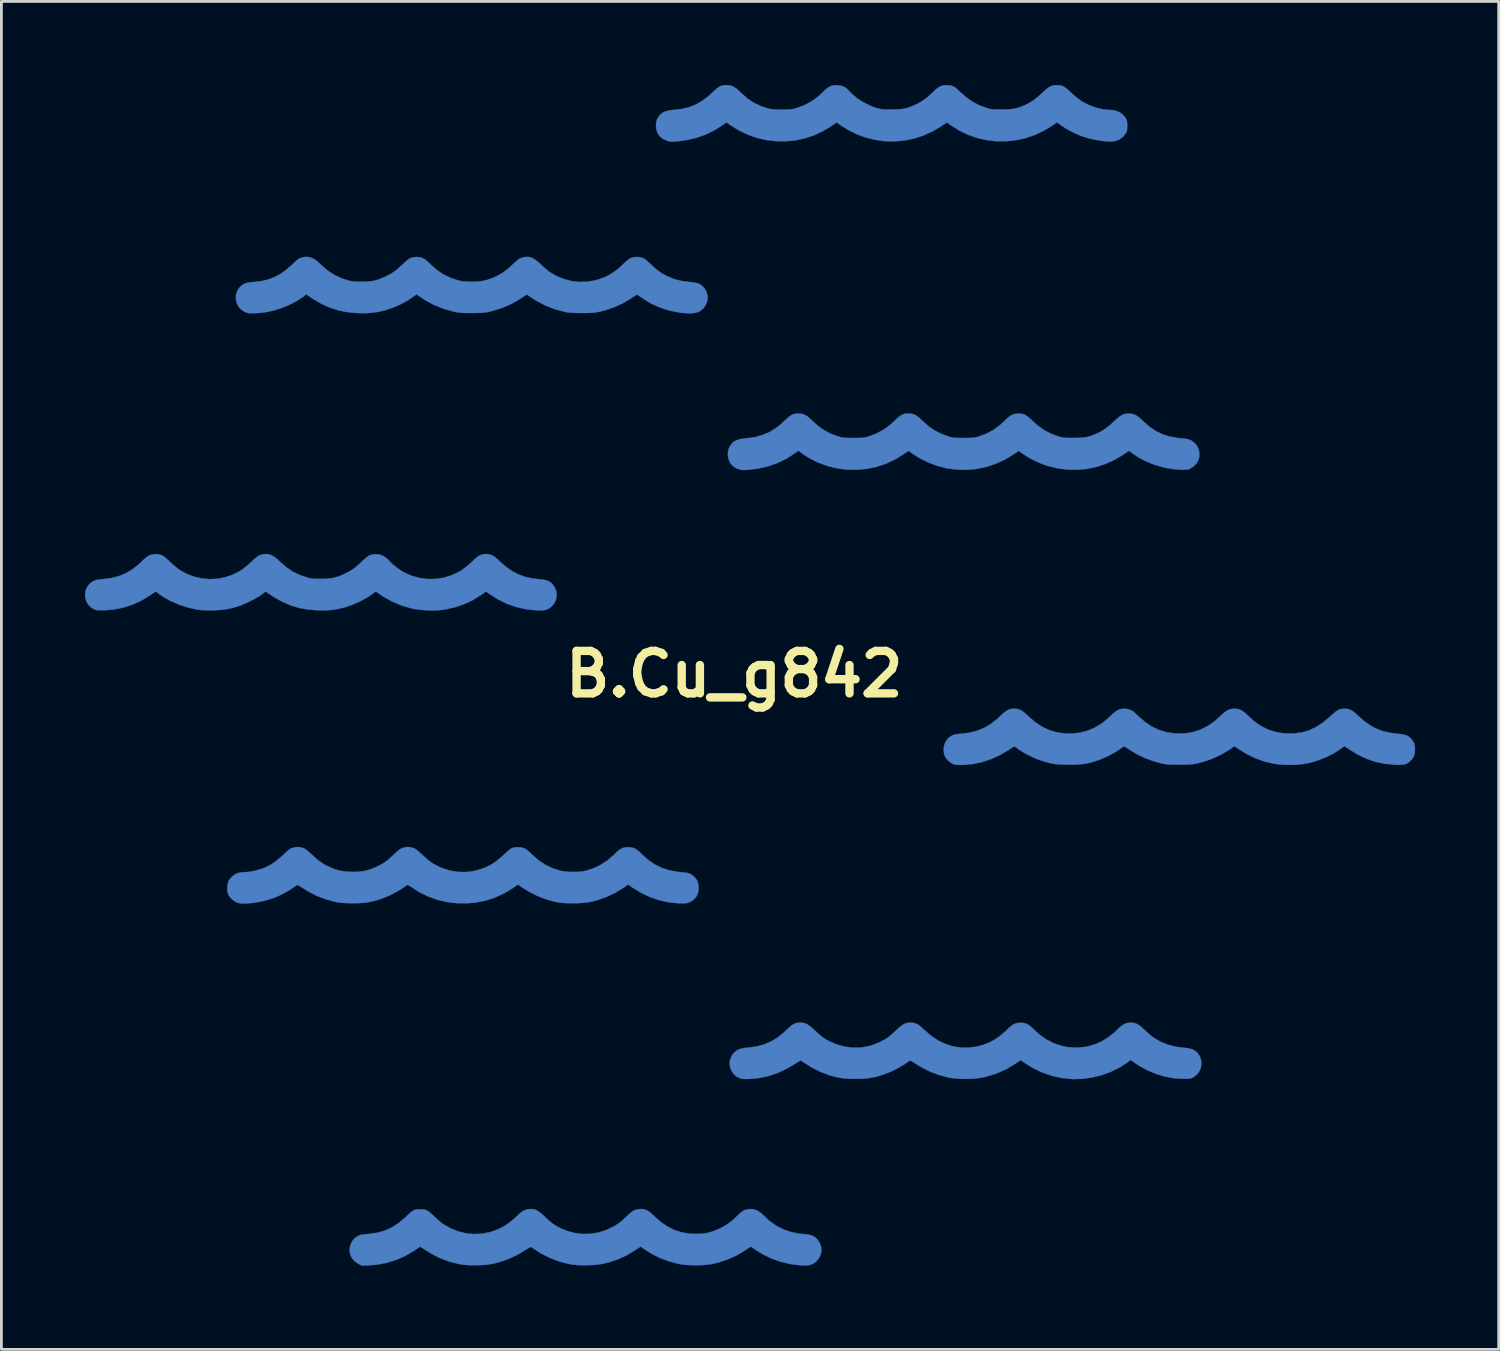
<source format=kicad_pcb>
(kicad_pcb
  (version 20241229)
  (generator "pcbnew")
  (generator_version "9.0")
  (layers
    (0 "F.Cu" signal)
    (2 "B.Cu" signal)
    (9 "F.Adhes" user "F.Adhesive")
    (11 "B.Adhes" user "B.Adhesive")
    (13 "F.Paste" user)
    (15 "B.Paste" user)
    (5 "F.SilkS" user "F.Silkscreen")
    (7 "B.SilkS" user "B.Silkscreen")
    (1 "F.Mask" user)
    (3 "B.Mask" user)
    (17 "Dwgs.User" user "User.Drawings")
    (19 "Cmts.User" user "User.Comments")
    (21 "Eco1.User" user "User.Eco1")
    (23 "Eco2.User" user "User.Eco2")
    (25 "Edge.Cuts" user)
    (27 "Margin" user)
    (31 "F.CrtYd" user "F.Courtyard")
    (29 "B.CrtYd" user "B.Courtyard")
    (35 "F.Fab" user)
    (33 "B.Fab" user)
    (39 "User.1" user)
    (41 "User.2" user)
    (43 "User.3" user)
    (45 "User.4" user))
  (footprint "B.Cu_g842"
    (layer "F.Cu")
    (at 23.309 21.151)
    (property "Reference" "B.Cu_g842" (at 0 0 0) (layer "F.SilkS") (effects (font (size 1.524 1.524) (thickness 0.3))))
    (attr through_hole)
    (fp_poly (pts (xy 0.692 19.208) (xy 0.833 19.258) (xy 0.968 19.349) (xy 1.055 19.433) (xy 1.268 19.633) (xy 1.506 19.8) (xy 1.765 19.932) (xy 2.044 20.027) (xy 2.337 20.085) (xy 2.48 20.099) (xy 2.635 20.115) (xy 2.757 20.142) (xy 2.855 20.184) (xy 2.937 20.244) (xy 2.985 20.294) (xy 3.071 20.421) (xy 3.119 20.558) (xy 3.129 20.701) (xy 3.102 20.841) (xy 3.039 20.971) (xy 2.966 21.06) (xy 2.884 21.132) (xy 2.8 21.182) (xy 2.704 21.212) (xy 2.588 21.226) (xy 2.442 21.225) (xy 2.401 21.224) (xy 2.044 21.184) (xy 1.694 21.104) (xy 1.355 20.987) (xy 1.034 20.833) (xy 0.785 20.68) (xy 0.594 20.549) (xy 0.399 20.68) (xy 0.088 20.865) (xy -0.236 21.012) (xy -0.581 21.125) (xy -0.769 21.171) (xy -0.927 21.196) (xy -1.114 21.213) (xy -1.317 21.22) (xy -1.524 21.219) (xy -1.723 21.209) (xy -1.901 21.189) (xy -2.002 21.171) (xy -2.34 21.082) (xy -2.653 20.966) (xy -2.949 20.818) (xy -3.158 20.689) (xy -3.365 20.551) (xy -3.573 20.689) (xy -3.871 20.866) (xy -4.179 21.008) (xy -4.505 21.117) (xy -4.72 21.169) (xy -4.87 21.194) (xy -5.048 21.21) (xy -5.243 21.219) (xy -5.442 21.22) (xy -5.633 21.213) (xy -5.804 21.198) (xy -5.915 21.18) (xy -6.278 21.087) (xy -6.626 20.954) (xy -6.962 20.782) (xy -7.286 20.569) (xy -7.29 20.566) (xy -7.321 20.569) (xy -7.381 20.598) (xy -7.469 20.653) (xy -7.491 20.668) (xy -7.803 20.856) (xy -8.135 21.007) (xy -8.488 21.124) (xy -8.678 21.17) (xy -8.828 21.194) (xy -9.007 21.211) (xy -9.202 21.22) (xy -9.402 21.22) (xy -9.593 21.213) (xy -9.765 21.198) (xy -9.873 21.18) (xy -10.237 21.087) (xy -10.584 20.955) (xy -10.912 20.785) (xy -11.062 20.69) (xy -11.143 20.637) (xy -11.209 20.593) (xy -11.254 20.563) (xy -11.271 20.553) (xy -11.289 20.564) (xy -11.335 20.594) (xy -11.402 20.638) (xy -11.48 20.69) (xy -11.797 20.878) (xy -12.129 21.025) (xy -12.473 21.133) (xy -12.829 21.199) (xy -13.092 21.222) (xy -13.367 21.235) (xy -13.504 21.163) (xy -13.632 21.075) (xy -13.726 20.965) (xy -13.786 20.837) (xy -13.811 20.698) (xy -13.799 20.554) (xy -13.747 20.411) (xy -13.715 20.354) (xy -13.639 20.262) (xy -13.541 20.187) (xy -13.435 20.136) (xy -13.369 20.121) (xy -13.311 20.115) (xy -13.225 20.106) (xy -13.123 20.095) (xy -13.052 20.087) (xy -12.78 20.044) (xy -12.529 19.969) (xy -12.293 19.861) (xy -12.066 19.716) (xy -11.844 19.533) (xy -11.779 19.472) (xy -11.678 19.376) (xy -11.596 19.306) (xy -11.528 19.259) (xy -11.463 19.23) (xy -11.395 19.215) (xy -11.314 19.21) (xy -11.271 19.209) (xy -11.186 19.211) (xy -11.116 19.221) (xy -11.053 19.241) (xy -10.989 19.276) (xy -10.918 19.331) (xy -10.83 19.409) (xy -10.754 19.481) (xy -10.666 19.563) (xy -10.576 19.641) (xy -10.496 19.707) (xy -10.435 19.751) (xy -10.177 19.897) (xy -9.908 20.004) (xy -9.63 20.072) (xy -9.347 20.1) (xy -9.064 20.087) (xy -8.784 20.034) (xy -8.678 20.002) (xy -8.463 19.921) (xy -8.27 19.823) (xy -8.086 19.701) (xy -7.903 19.549) (xy -7.825 19.476) (xy -7.721 19.378) (xy -7.637 19.308) (xy -7.565 19.26) (xy -7.498 19.229) (xy -7.427 19.211) (xy -7.365 19.204) (xy -7.266 19.201) (xy -7.178 19.214) (xy -7.092 19.246) (xy -7.003 19.302) (xy -6.901 19.385) (xy -6.807 19.472) (xy -6.689 19.583) (xy -6.589 19.669) (xy -6.499 19.739) (xy -6.408 19.798) (xy -6.306 19.854) (xy -6.255 19.881) (xy -5.984 19.994) (xy -5.705 20.066) (xy -5.423 20.098) (xy -5.14 20.09) (xy -4.86 20.041) (xy -4.585 19.952) (xy -4.319 19.823) (xy -4.194 19.746) (xy -4.123 19.694) (xy -4.036 19.622) (xy -3.943 19.54) (xy -3.874 19.474) (xy -3.767 19.372) (xy -3.678 19.3) (xy -3.598 19.251) (xy -3.519 19.221) (xy -3.433 19.205) (xy -3.405 19.202) (xy -3.298 19.201) (xy -3.204 19.218) (xy -3.115 19.257) (xy -3.021 19.322) (xy -2.914 19.416) (xy -2.876 19.453) (xy -2.646 19.658) (xy -2.409 19.823) (xy -2.163 19.947) (xy -1.904 20.033) (xy -1.63 20.082) (xy -1.386 20.095) (xy -1.162 20.086) (xy -0.96 20.056) (xy -0.766 20.002) (xy -0.563 19.92) (xy -0.532 19.906) (xy -0.372 19.824) (xy -0.228 19.733) (xy -0.089 19.627) (xy 0.057 19.495) (xy 0.107 19.447) (xy 0.201 19.357) (xy 0.277 19.295) (xy 0.341 19.255) (xy 0.391 19.233) (xy 0.545 19.2) (xy 0.692 19.208)) (stroke (width 0.01) (type solid)) (fill yes) (layer "B.Cu"))
    (fp_poly (pts (xy 6.425 12.516) (xy 6.511 12.538) (xy 6.595 12.579) (xy 6.686 12.645) (xy 6.79 12.739) (xy 6.821 12.769) (xy 7.058 12.976) (xy 7.308 13.143) (xy 7.569 13.271) (xy 7.838 13.358) (xy 8.116 13.404) (xy 8.399 13.409) (xy 8.686 13.373) (xy 8.932 13.31) (xy 9.135 13.233) (xy 9.323 13.135) (xy 9.507 13.01) (xy 9.694 12.854) (xy 9.759 12.793) (xy 9.864 12.695) (xy 9.949 12.624) (xy 10.02 12.574) (xy 10.087 12.543) (xy 10.157 12.525) (xy 10.238 12.515) (xy 10.247 12.514) (xy 10.374 12.518) (xy 10.489 12.55) (xy 10.601 12.614) (xy 10.716 12.714) (xy 10.742 12.741) (xy 10.967 12.947) (xy 11.213 13.118) (xy 11.477 13.251) (xy 11.754 13.346) (xy 11.761 13.348) (xy 11.97 13.388) (xy 12.197 13.406) (xy 12.424 13.402) (xy 12.637 13.375) (xy 12.706 13.36) (xy 12.959 13.284) (xy 13.188 13.183) (xy 13.403 13.053) (xy 13.612 12.889) (xy 13.724 12.785) (xy 13.838 12.679) (xy 13.935 12.603) (xy 14.021 12.553) (xy 14.105 12.524) (xy 14.194 12.511) (xy 14.235 12.51) (xy 14.329 12.517) (xy 14.416 12.539) (xy 14.501 12.581) (xy 14.593 12.648) (xy 14.701 12.743) (xy 14.741 12.781) (xy 14.83 12.864) (xy 14.924 12.945) (xy 15.01 13.015) (xy 15.068 13.058) (xy 15.311 13.198) (xy 15.576 13.304) (xy 15.859 13.376) (xy 16.133 13.41) (xy 16.305 13.43) (xy 16.443 13.468) (xy 16.552 13.525) (xy 16.629 13.595) (xy 16.714 13.726) (xy 16.761 13.865) (xy 16.771 14.008) (xy 16.745 14.147) (xy 16.684 14.277) (xy 16.591 14.39) (xy 16.465 14.481) (xy 16.458 14.485) (xy 16.418 14.504) (xy 16.376 14.517) (xy 16.323 14.525) (xy 16.25 14.528) (xy 16.147 14.529) (xy 16.097 14.528) (xy 15.782 14.506) (xy 15.461 14.446) (xy 15.143 14.351) (xy 14.835 14.224) (xy 14.547 14.068) (xy 14.386 13.961) (xy 14.234 13.852) (xy 14.11 13.943) (xy 13.83 14.123) (xy 13.526 14.274) (xy 13.202 14.392) (xy 12.866 14.477) (xy 12.525 14.526) (xy 12.184 14.538) (xy 12.118 14.535) (xy 11.752 14.497) (xy 11.396 14.418) (xy 11.052 14.299) (xy 10.722 14.141) (xy 10.482 13.994) (xy 10.404 13.942) (xy 10.339 13.9) (xy 10.295 13.872) (xy 10.281 13.864) (xy 10.261 13.875) (xy 10.214 13.905) (xy 10.146 13.95) (xy 10.067 14.002) (xy 9.752 14.187) (xy 9.417 14.336) (xy 9.064 14.446) (xy 8.858 14.491) (xy 8.693 14.514) (xy 8.501 14.528) (xy 8.296 14.532) (xy 8.091 14.527) (xy 7.898 14.513) (xy 7.73 14.489) (xy 7.691 14.482) (xy 7.334 14.386) (xy 7 14.257) (xy 6.681 14.091) (xy 6.521 13.99) (xy 6.417 13.923) (xy 6.344 13.885) (xy 6.304 13.874) (xy 6.298 13.877) (xy 6.09 14.02) (xy 5.854 14.156) (xy 5.608 14.276) (xy 5.365 14.372) (xy 5.307 14.391) (xy 5.124 14.445) (xy 4.953 14.484) (xy 4.783 14.509) (xy 4.6 14.524) (xy 4.39 14.529) (xy 4.35 14.529) (xy 4.134 14.525) (xy 3.947 14.513) (xy 3.776 14.489) (xy 3.606 14.453) (xy 3.426 14.402) (xy 3.393 14.391) (xy 3.089 14.276) (xy 2.784 14.122) (xy 2.482 13.933) (xy 2.403 13.877) (xy 2.373 13.878) (xy 2.315 13.905) (xy 2.226 13.959) (xy 2.179 13.99) (xy 1.862 14.178) (xy 1.532 14.327) (xy 1.193 14.437) (xy 0.846 14.506) (xy 0.551 14.532) (xy 0.424 14.535) (xy 0.328 14.532) (xy 0.254 14.522) (xy 0.204 14.508) (xy 0.084 14.449) (xy -0.019 14.356) (xy -0.099 14.24) (xy -0.151 14.106) (xy -0.169 13.967) (xy -0.152 13.847) (xy -0.103 13.724) (xy -0.032 13.615) (xy 0.007 13.573) (xy 0.075 13.519) (xy 0.148 13.477) (xy 0.236 13.447) (xy 0.346 13.424) (xy 0.488 13.406) (xy 0.54 13.401) (xy 0.826 13.359) (xy 1.087 13.287) (xy 1.331 13.181) (xy 1.561 13.04) (xy 1.784 12.86) (xy 1.881 12.768) (xy 1.99 12.665) (xy 2.083 12.592) (xy 2.169 12.545) (xy 2.255 12.519) (xy 2.35 12.51) (xy 2.371 12.509) (xy 2.465 12.515) (xy 2.55 12.536) (xy 2.634 12.576) (xy 2.724 12.638) (xy 2.828 12.728) (xy 2.888 12.784) (xy 3.006 12.895) (xy 3.106 12.981) (xy 3.196 13.05) (xy 3.288 13.11) (xy 3.389 13.166) (xy 3.44 13.192) (xy 3.687 13.296) (xy 3.948 13.368) (xy 4.211 13.406) (xy 4.469 13.407) (xy 4.553 13.4) (xy 4.731 13.374) (xy 4.884 13.339) (xy 5.031 13.29) (xy 5.189 13.223) (xy 5.2 13.218) (xy 5.322 13.158) (xy 5.426 13.101) (xy 5.52 13.038) (xy 5.616 12.962) (xy 5.723 12.868) (xy 5.812 12.784) (xy 5.926 12.679) (xy 6.022 12.604) (xy 6.108 12.553) (xy 6.191 12.524) (xy 6.28 12.511) (xy 6.329 12.509) (xy 6.425 12.516)) (stroke (width 0.01) (type solid)) (fill yes) (layer "B.Cu"))
    (fp_poly (pts (xy 14.109 1.249) (xy 14.207 1.277) (xy 14.304 1.329) (xy 14.407 1.41) (xy 14.511 1.509) (xy 14.737 1.711) (xy 14.979 1.874) (xy 15.235 1.997) (xy 15.507 2.081) (xy 15.796 2.126) (xy 15.886 2.132) (xy 16.18 2.126) (xy 16.461 2.08) (xy 16.728 1.995) (xy 16.982 1.87) (xy 17.225 1.704) (xy 17.42 1.533) (xy 17.535 1.426) (xy 17.63 1.348) (xy 17.714 1.294) (xy 17.792 1.261) (xy 17.874 1.245) (xy 17.949 1.24) (xy 18.055 1.247) (xy 18.149 1.271) (xy 18.239 1.317) (xy 18.335 1.389) (xy 18.446 1.492) (xy 18.449 1.496) (xy 18.674 1.698) (xy 18.907 1.86) (xy 19.15 1.983) (xy 19.408 2.068) (xy 19.683 2.118) (xy 19.854 2.131) (xy 20.134 2.126) (xy 20.398 2.086) (xy 20.649 2.01) (xy 20.891 1.896) (xy 21.127 1.742) (xy 21.361 1.548) (xy 21.39 1.521) (xy 21.5 1.42) (xy 21.588 1.346) (xy 21.662 1.296) (xy 21.73 1.264) (xy 21.799 1.247) (xy 21.877 1.241) (xy 21.907 1.24) (xy 21.999 1.245) (xy 22.077 1.261) (xy 22.151 1.293) (xy 22.229 1.345) (xy 22.32 1.422) (xy 22.395 1.492) (xy 22.618 1.687) (xy 22.839 1.843) (xy 23.066 1.964) (xy 23.304 2.051) (xy 23.561 2.109) (xy 23.792 2.135) (xy 23.956 2.154) (xy 24.086 2.183) (xy 24.189 2.227) (xy 24.272 2.289) (xy 24.343 2.374) (xy 24.379 2.431) (xy 24.41 2.489) (xy 24.427 2.543) (xy 24.435 2.61) (xy 24.437 2.699) (xy 24.429 2.832) (xy 24.401 2.938) (xy 24.348 3.03) (xy 24.272 3.115) (xy 24.208 3.171) (xy 24.144 3.211) (xy 24.072 3.238) (xy 23.983 3.252) (xy 23.869 3.257) (xy 23.723 3.254) (xy 23.701 3.253) (xy 23.345 3.218) (xy 23.003 3.143) (xy 22.673 3.028) (xy 22.353 2.872) (xy 22.109 2.72) (xy 21.908 2.584) (xy 21.753 2.695) (xy 21.512 2.848) (xy 21.242 2.984) (xy 20.953 3.098) (xy 20.658 3.185) (xy 20.638 3.19) (xy 20.45 3.224) (xy 20.235 3.247) (xy 20.006 3.258) (xy 19.775 3.256) (xy 19.556 3.242) (xy 19.399 3.221) (xy 19.043 3.139) (xy 18.7 3.017) (xy 18.372 2.856) (xy 18.153 2.72) (xy 17.956 2.587) (xy 17.79 2.701) (xy 17.503 2.875) (xy 17.191 3.024) (xy 16.863 3.141) (xy 16.595 3.211) (xy 16.516 3.225) (xy 16.43 3.236) (xy 16.329 3.243) (xy 16.205 3.247) (xy 16.049 3.249) (xy 15.981 3.249) (xy 15.812 3.248) (xy 15.677 3.245) (xy 15.568 3.239) (xy 15.477 3.23) (xy 15.397 3.217) (xy 15.367 3.211) (xy 15.053 3.127) (xy 14.743 3.012) (xy 14.449 2.871) (xy 14.181 2.709) (xy 14.171 2.701) (xy 14.092 2.648) (xy 14.039 2.616) (xy 14.004 2.602) (xy 13.98 2.603) (xy 13.959 2.614) (xy 13.673 2.803) (xy 13.391 2.955) (xy 13.108 3.074) (xy 13.031 3.101) (xy 12.879 3.15) (xy 12.746 3.186) (xy 12.623 3.213) (xy 12.497 3.231) (xy 12.36 3.242) (xy 12.201 3.248) (xy 12.023 3.249) (xy 11.833 3.248) (xy 11.676 3.242) (xy 11.54 3.23) (xy 11.415 3.212) (xy 11.291 3.184) (xy 11.157 3.147) (xy 11.014 3.101) (xy 10.863 3.045) (xy 10.703 2.976) (xy 10.543 2.898) (xy 10.391 2.815) (xy 10.256 2.734) (xy 10.149 2.658) (xy 10.105 2.622) (xy 10.085 2.605) (xy 10.065 2.598) (xy 10.039 2.604) (xy 9.998 2.625) (xy 9.936 2.664) (xy 9.851 2.721) (xy 9.545 2.903) (xy 9.225 3.049) (xy 8.895 3.158) (xy 8.561 3.228) (xy 8.227 3.259) (xy 8.149 3.26) (xy 8.045 3.259) (xy 7.97 3.255) (xy 7.914 3.245) (xy 7.865 3.228) (xy 7.811 3.202) (xy 7.808 3.201) (xy 7.7 3.126) (xy 7.61 3.029) (xy 7.549 2.921) (xy 7.536 2.883) (xy 7.514 2.733) (xy 7.527 2.585) (xy 7.574 2.448) (xy 7.652 2.33) (xy 7.694 2.288) (xy 7.763 2.235) (xy 7.833 2.196) (xy 7.915 2.169) (xy 8.019 2.15) (xy 8.154 2.137) (xy 8.169 2.135) (xy 8.465 2.097) (xy 8.736 2.026) (xy 8.987 1.92) (xy 9.224 1.778) (xy 9.451 1.596) (xy 9.544 1.507) (xy 9.656 1.403) (xy 9.75 1.328) (xy 9.836 1.279) (xy 9.923 1.251) (xy 10.017 1.241) (xy 10.054 1.24) (xy 10.143 1.246) (xy 10.224 1.265) (xy 10.303 1.301) (xy 10.387 1.359) (xy 10.485 1.441) (xy 10.583 1.533) (xy 10.817 1.733) (xy 11.061 1.892) (xy 11.318 2.011) (xy 11.587 2.09) (xy 11.869 2.129) (xy 12.118 2.132) (xy 12.407 2.1) (xy 12.679 2.03) (xy 12.936 1.923) (xy 13.179 1.776) (xy 13.411 1.589) (xy 13.493 1.511) (xy 13.607 1.404) (xy 13.706 1.327) (xy 13.797 1.277) (xy 13.888 1.25) (xy 13.987 1.24) (xy 14.002 1.24) (xy 14.109 1.249)) (stroke (width 0.01) (type solid)) (fill yes) (layer "B.Cu"))
    (fp_poly (pts (xy 10.29 -9.352) (xy 10.374 -9.337) (xy 10.449 -9.306) (xy 10.527 -9.256) (xy 10.616 -9.18) (xy 10.679 -9.121) (xy 10.862 -8.955) (xy 11.036 -8.82) (xy 11.209 -8.712) (xy 11.391 -8.624) (xy 11.59 -8.55) (xy 11.631 -8.538) (xy 11.705 -8.516) (xy 11.769 -8.5) (xy 11.833 -8.49) (xy 11.906 -8.484) (xy 11.999 -8.481) (xy 12.119 -8.48) (xy 12.181 -8.48) (xy 12.363 -8.482) (xy 12.513 -8.492) (xy 12.642 -8.51) (xy 12.763 -8.54) (xy 12.884 -8.582) (xy 13.018 -8.64) (xy 13.026 -8.643) (xy 13.169 -8.715) (xy 13.299 -8.795) (xy 13.425 -8.888) (xy 13.56 -9.005) (xy 13.636 -9.076) (xy 13.749 -9.18) (xy 13.842 -9.255) (xy 13.924 -9.306) (xy 14.003 -9.337) (xy 14.085 -9.352) (xy 14.161 -9.355) (xy 14.259 -9.349) (xy 14.346 -9.328) (xy 14.43 -9.289) (xy 14.52 -9.226) (xy 14.622 -9.136) (xy 14.679 -9.082) (xy 14.901 -8.887) (xy 15.128 -8.732) (xy 15.367 -8.614) (xy 15.624 -8.531) (xy 15.904 -8.48) (xy 16.039 -8.466) (xy 16.159 -8.455) (xy 16.249 -8.442) (xy 16.32 -8.424) (xy 16.383 -8.398) (xy 16.395 -8.393) (xy 16.517 -8.311) (xy 16.61 -8.203) (xy 16.671 -8.074) (xy 16.699 -7.933) (xy 16.69 -7.785) (xy 16.668 -7.702) (xy 16.602 -7.572) (xy 16.501 -7.464) (xy 16.401 -7.397) (xy 16.349 -7.369) (xy 16.303 -7.351) (xy 16.254 -7.341) (xy 16.19 -7.337) (xy 16.099 -7.337) (xy 16.055 -7.337) (xy 15.738 -7.36) (xy 15.415 -7.42) (xy 15.095 -7.513) (xy 14.786 -7.637) (xy 14.499 -7.788) (xy 14.32 -7.906) (xy 14.166 -8.017) (xy 13.989 -7.895) (xy 13.676 -7.705) (xy 13.348 -7.554) (xy 13.008 -7.441) (xy 12.66 -7.368) (xy 12.305 -7.335) (xy 11.948 -7.342) (xy 11.592 -7.39) (xy 11.239 -7.479) (xy 11.191 -7.494) (xy 10.948 -7.586) (xy 10.711 -7.697) (xy 10.493 -7.82) (xy 10.368 -7.903) (xy 10.213 -8.014) (xy 10.012 -7.879) (xy 9.699 -7.692) (xy 9.372 -7.545) (xy 9.035 -7.436) (xy 8.69 -7.365) (xy 8.341 -7.334) (xy 7.991 -7.341) (xy 7.644 -7.387) (xy 7.302 -7.472) (xy 6.969 -7.595) (xy 6.648 -7.757) (xy 6.45 -7.881) (xy 6.253 -8.014) (xy 6.081 -7.895) (xy 5.774 -7.707) (xy 5.45 -7.556) (xy 5.113 -7.444) (xy 4.767 -7.371) (xy 4.416 -7.336) (xy 4.062 -7.34) (xy 3.708 -7.384) (xy 3.36 -7.468) (xy 3.02 -7.592) (xy 3.009 -7.596) (xy 2.837 -7.678) (xy 2.661 -7.775) (xy 2.498 -7.877) (xy 2.397 -7.949) (xy 2.303 -8.021) (xy 2.194 -7.942) (xy 1.884 -7.742) (xy 1.56 -7.582) (xy 1.22 -7.462) (xy 0.864 -7.38) (xy 0.603 -7.346) (xy 0.48 -7.335) (xy 0.39 -7.328) (xy 0.323 -7.327) (xy 0.271 -7.331) (xy 0.224 -7.339) (xy 0.201 -7.344) (xy 0.051 -7.402) (xy -0.07 -7.489) (xy -0.158 -7.602) (xy -0.213 -7.738) (xy -0.232 -7.895) (xy -0.232 -7.895) (xy -0.216 -8.042) (xy -0.167 -8.169) (xy -0.088 -8.28) (xy -0.015 -8.347) (xy 0.076 -8.397) (xy 0.191 -8.433) (xy 0.336 -8.457) (xy 0.441 -8.467) (xy 0.738 -8.509) (xy 1.017 -8.586) (xy 1.276 -8.698) (xy 1.511 -8.844) (xy 1.511 -8.844) (xy 1.58 -8.898) (xy 1.667 -8.972) (xy 1.759 -9.054) (xy 1.831 -9.121) (xy 1.932 -9.214) (xy 2.015 -9.279) (xy 2.091 -9.321) (xy 2.169 -9.345) (xy 2.258 -9.354) (xy 2.32 -9.355) (xy 2.427 -9.346) (xy 2.524 -9.316) (xy 2.619 -9.261) (xy 2.72 -9.175) (xy 2.781 -9.116) (xy 3.005 -8.912) (xy 3.243 -8.746) (xy 3.5 -8.616) (xy 3.719 -8.537) (xy 3.791 -8.516) (xy 3.853 -8.5) (xy 3.916 -8.49) (xy 3.988 -8.484) (xy 4.079 -8.481) (xy 4.198 -8.48) (xy 4.276 -8.479) (xy 4.413 -8.48) (xy 4.518 -8.482) (xy 4.599 -8.486) (xy 4.666 -8.494) (xy 4.727 -8.507) (xy 4.792 -8.525) (xy 4.832 -8.537) (xy 5.091 -8.633) (xy 5.326 -8.756) (xy 5.547 -8.911) (xy 5.756 -9.097) (xy 5.86 -9.197) (xy 5.947 -9.267) (xy 6.026 -9.314) (xy 6.104 -9.341) (xy 6.191 -9.353) (xy 6.255 -9.355) (xy 6.352 -9.35) (xy 6.434 -9.333) (xy 6.512 -9.3) (xy 6.592 -9.245) (xy 6.685 -9.164) (xy 6.754 -9.097) (xy 6.968 -8.906) (xy 7.189 -8.752) (xy 7.425 -8.63) (xy 7.677 -8.537) (xy 7.749 -8.516) (xy 7.811 -8.5) (xy 7.874 -8.49) (xy 7.946 -8.484) (xy 8.037 -8.481) (xy 8.156 -8.48) (xy 8.234 -8.479) (xy 8.372 -8.48) (xy 8.476 -8.482) (xy 8.557 -8.486) (xy 8.624 -8.494) (xy 8.685 -8.507) (xy 8.751 -8.525) (xy 8.79 -8.537) (xy 9.064 -8.64) (xy 9.314 -8.776) (xy 9.547 -8.947) (xy 9.726 -9.114) (xy 9.836 -9.218) (xy 9.933 -9.289) (xy 10.029 -9.332) (xy 10.13 -9.352) (xy 10.189 -9.355) (xy 10.29 -9.352)) (stroke (width 0.01) (type solid)) (fill yes) (layer "B.Cu"))
    (fp_poly (pts (xy -8.814 -4.304) (xy -8.743 -4.284) (xy -8.689 -4.265) (xy -8.637 -4.237) (xy -8.578 -4.194) (xy -8.506 -4.131) (xy -8.425 -4.055) (xy -8.203 -3.861) (xy -7.983 -3.705) (xy -7.756 -3.585) (xy -7.517 -3.497) (xy -7.26 -3.439) (xy -7.003 -3.409) (xy -6.851 -3.392) (xy -6.732 -3.364) (xy -6.637 -3.323) (xy -6.558 -3.263) (xy -6.51 -3.212) (xy -6.427 -3.084) (xy -6.382 -2.94) (xy -6.377 -2.795) (xy -6.407 -2.65) (xy -6.473 -2.525) (xy -6.571 -2.418) (xy -6.642 -2.364) (xy -6.714 -2.325) (xy -6.798 -2.301) (xy -6.901 -2.29) (xy -7.032 -2.289) (xy -7.118 -2.292) (xy -7.471 -2.329) (xy -7.817 -2.407) (xy -8.153 -2.524) (xy -8.475 -2.681) (xy -8.711 -2.826) (xy -8.913 -2.963) (xy -9.076 -2.85) (xy -9.389 -2.657) (xy -9.717 -2.504) (xy -10.06 -2.391) (xy -10.42 -2.315) (xy -10.488 -2.306) (xy -10.652 -2.292) (xy -10.842 -2.287) (xy -11.043 -2.293) (xy -11.243 -2.307) (xy -11.428 -2.329) (xy -11.578 -2.357) (xy -11.941 -2.463) (xy -12.282 -2.605) (xy -12.602 -2.784) (xy -12.798 -2.919) (xy -12.865 -2.968) (xy -12.98 -2.883) (xy -13.199 -2.738) (xy -13.446 -2.606) (xy -13.707 -2.492) (xy -13.966 -2.403) (xy -14.076 -2.374) (xy -14.252 -2.335) (xy -14.414 -2.309) (xy -14.576 -2.294) (xy -14.752 -2.289) (xy -14.955 -2.292) (xy -14.962 -2.292) (xy -15.304 -2.319) (xy -15.624 -2.378) (xy -15.929 -2.47) (xy -16.226 -2.598) (xy -16.523 -2.765) (xy -16.634 -2.837) (xy -16.83 -2.968) (xy -16.877 -2.926) (xy -16.963 -2.857) (xy -17.082 -2.78) (xy -17.222 -2.699) (xy -17.377 -2.619) (xy -17.535 -2.544) (xy -17.69 -2.48) (xy -17.789 -2.444) (xy -17.957 -2.392) (xy -18.109 -2.353) (xy -18.26 -2.325) (xy -18.423 -2.307) (xy -18.609 -2.296) (xy -18.69 -2.293) (xy -18.84 -2.289) (xy -18.959 -2.289) (xy -19.059 -2.292) (xy -19.153 -2.301) (xy -19.251 -2.314) (xy -19.315 -2.325) (xy -19.617 -2.392) (xy -19.916 -2.489) (xy -20.201 -2.61) (xy -20.462 -2.752) (xy -20.603 -2.845) (xy -20.769 -2.965) (xy -20.952 -2.84) (xy -21.266 -2.649) (xy -21.592 -2.499) (xy -21.927 -2.389) (xy -22.272 -2.321) (xy -22.574 -2.295) (xy -22.708 -2.292) (xy -22.807 -2.293) (xy -22.879 -2.298) (xy -22.932 -2.309) (xy -22.953 -2.316) (xy -23.081 -2.385) (xy -23.184 -2.485) (xy -23.259 -2.607) (xy -23.299 -2.745) (xy -23.305 -2.82) (xy -23.295 -2.959) (xy -23.262 -3.071) (xy -23.202 -3.171) (xy -23.171 -3.209) (xy -23.102 -3.28) (xy -23.031 -3.331) (xy -22.95 -3.367) (xy -22.848 -3.391) (xy -22.716 -3.407) (xy -22.669 -3.41) (xy -22.369 -3.449) (xy -22.095 -3.519) (xy -21.842 -3.623) (xy -21.606 -3.763) (xy -21.383 -3.941) (xy -21.289 -4.03) (xy -21.209 -4.105) (xy -21.132 -4.173) (xy -21.065 -4.225) (xy -21.024 -4.252) (xy -20.882 -4.301) (xy -20.732 -4.31) (xy -20.607 -4.288) (xy -20.554 -4.27) (xy -20.505 -4.246) (xy -20.453 -4.21) (xy -20.391 -4.157) (xy -20.309 -4.082) (xy -20.269 -4.043) (xy -20.175 -3.957) (xy -20.075 -3.871) (xy -19.982 -3.796) (xy -19.906 -3.741) (xy -19.9 -3.737) (xy -19.648 -3.598) (xy -19.383 -3.498) (xy -19.108 -3.435) (xy -18.829 -3.411) (xy -18.549 -3.426) (xy -18.273 -3.479) (xy -18.006 -3.57) (xy -17.751 -3.7) (xy -17.737 -3.708) (xy -17.647 -3.77) (xy -17.539 -3.854) (xy -17.426 -3.95) (xy -17.333 -4.034) (xy -17.24 -4.122) (xy -17.168 -4.185) (xy -17.112 -4.229) (xy -17.063 -4.258) (xy -17.014 -4.278) (xy -16.984 -4.288) (xy -16.848 -4.313) (xy -16.719 -4.304) (xy -16.592 -4.26) (xy -16.463 -4.179) (xy -16.327 -4.059) (xy -16.302 -4.033) (xy -16.081 -3.837) (xy -15.836 -3.674) (xy -15.567 -3.546) (xy -15.287 -3.456) (xy -15.202 -3.439) (xy -15.099 -3.428) (xy -14.97 -3.422) (xy -14.827 -3.421) (xy -14.64 -3.426) (xy -14.482 -3.441) (xy -14.339 -3.468) (xy -14.2 -3.511) (xy -14.05 -3.573) (xy -13.972 -3.61) (xy -13.851 -3.671) (xy -13.746 -3.732) (xy -13.648 -3.799) (xy -13.547 -3.88) (xy -13.433 -3.981) (xy -13.352 -4.057) (xy -13.262 -4.141) (xy -13.194 -4.2) (xy -13.138 -4.24) (xy -13.087 -4.267) (xy -13.032 -4.286) (xy -13.027 -4.287) (xy -12.878 -4.31) (xy -12.729 -4.293) (xy -12.589 -4.24) (xy -12.466 -4.153) (xy -12.405 -4.086) (xy -12.334 -4.011) (xy -12.237 -3.923) (xy -12.123 -3.832) (xy -12.003 -3.746) (xy -11.888 -3.673) (xy -11.833 -3.643) (xy -11.566 -3.527) (xy -11.289 -3.451) (xy -11.006 -3.415) (xy -10.723 -3.418) (xy -10.443 -3.46) (xy -10.17 -3.542) (xy -10.04 -3.598) (xy -9.901 -3.667) (xy -9.779 -3.739) (xy -9.663 -3.822) (xy -9.541 -3.923) (xy -9.408 -4.045) (xy -9.314 -4.133) (xy -9.242 -4.195) (xy -9.185 -4.237) (xy -9.133 -4.265) (xy -9.081 -4.284) (xy -9.079 -4.285) (xy -8.98 -4.309) (xy -8.899 -4.316) (xy -8.814 -4.304)) (stroke (width 0.01) (type solid)) (fill yes) (layer "B.Cu"))
    (fp_poly (pts (xy -0.171 -21.138) (xy -0.075 -21.112) (xy 0.018 -21.063) (xy 0.118 -20.988) (xy 0.232 -20.881) (xy 0.243 -20.869) (xy 0.464 -20.672) (xy 0.701 -20.514) (xy 0.959 -20.391) (xy 1.187 -20.316) (xy 1.262 -20.297) (xy 1.332 -20.283) (xy 1.407 -20.275) (xy 1.497 -20.27) (xy 1.613 -20.268) (xy 1.714 -20.268) (xy 1.849 -20.269) (xy 1.952 -20.272) (xy 2.032 -20.278) (xy 2.1 -20.288) (xy 2.165 -20.302) (xy 2.237 -20.323) (xy 2.25 -20.327) (xy 2.517 -20.426) (xy 2.76 -20.555) (xy 2.987 -20.717) (xy 3.175 -20.888) (xy 3.279 -20.988) (xy 3.366 -21.058) (xy 3.445 -21.105) (xy 3.524 -21.131) (xy 3.612 -21.143) (xy 3.674 -21.145) (xy 3.831 -21.127) (xy 3.968 -21.073) (xy 4.085 -20.981) (xy 4.121 -20.941) (xy 4.248 -20.809) (xy 4.408 -20.679) (xy 4.59 -20.557) (xy 4.787 -20.45) (xy 4.987 -20.364) (xy 5.092 -20.328) (xy 5.166 -20.306) (xy 5.23 -20.291) (xy 5.295 -20.281) (xy 5.369 -20.274) (xy 5.462 -20.271) (xy 5.585 -20.27) (xy 5.641 -20.27) (xy 5.821 -20.272) (xy 5.971 -20.282) (xy 6.101 -20.3) (xy 6.221 -20.33) (xy 6.345 -20.373) (xy 6.481 -20.432) (xy 6.511 -20.446) (xy 6.721 -20.559) (xy 6.914 -20.695) (xy 7.103 -20.863) (xy 7.137 -20.897) (xy 7.242 -20.997) (xy 7.333 -21.067) (xy 7.419 -21.112) (xy 7.51 -21.136) (xy 7.614 -21.144) (xy 7.631 -21.144) (xy 7.724 -21.14) (xy 7.802 -21.125) (xy 7.875 -21.095) (xy 7.951 -21.045) (xy 8.039 -20.97) (xy 8.123 -20.89) (xy 8.339 -20.699) (xy 8.559 -20.545) (xy 8.793 -20.423) (xy 9.048 -20.328) (xy 9.053 -20.327) (xy 9.126 -20.305) (xy 9.189 -20.29) (xy 9.253 -20.28) (xy 9.326 -20.274) (xy 9.419 -20.271) (xy 9.541 -20.27) (xy 9.599 -20.27) (xy 9.78 -20.272) (xy 9.93 -20.282) (xy 10.059 -20.3) (xy 10.179 -20.329) (xy 10.301 -20.372) (xy 10.435 -20.429) (xy 10.447 -20.435) (xy 10.609 -20.518) (xy 10.757 -20.613) (xy 10.903 -20.727) (xy 11.059 -20.871) (xy 11.062 -20.873) (xy 11.175 -20.978) (xy 11.272 -21.054) (xy 11.358 -21.104) (xy 11.443 -21.133) (xy 11.533 -21.144) (xy 11.565 -21.145) (xy 11.656 -21.142) (xy 11.733 -21.131) (xy 11.802 -21.106) (xy 11.874 -21.064) (xy 11.955 -21.001) (xy 12.053 -20.913) (xy 12.092 -20.876) (xy 12.19 -20.788) (xy 12.295 -20.699) (xy 12.396 -20.621) (xy 12.48 -20.562) (xy 12.493 -20.554) (xy 12.68 -20.454) (xy 12.886 -20.37) (xy 13.097 -20.307) (xy 13.302 -20.268) (xy 13.468 -20.256) (xy 13.644 -20.24) (xy 13.798 -20.19) (xy 13.926 -20.109) (xy 14.027 -19.999) (xy 14.048 -19.966) (xy 14.078 -19.91) (xy 14.096 -19.859) (xy 14.105 -19.798) (xy 14.107 -19.713) (xy 14.108 -19.683) (xy 14.106 -19.591) (xy 14.1 -19.526) (xy 14.085 -19.475) (xy 14.059 -19.424) (xy 14.043 -19.398) (xy 13.952 -19.287) (xy 13.833 -19.199) (xy 13.696 -19.143) (xy 13.664 -19.135) (xy 13.551 -19.123) (xy 13.406 -19.124) (xy 13.238 -19.139) (xy 13.055 -19.166) (xy 12.867 -19.203) (xy 12.68 -19.249) (xy 12.503 -19.303) (xy 12.467 -19.315) (xy 12.304 -19.382) (xy 12.126 -19.466) (xy 11.951 -19.561) (xy 11.794 -19.658) (xy 11.742 -19.694) (xy 11.584 -19.807) (xy 11.407 -19.685) (xy 11.1 -19.499) (xy 10.778 -19.35) (xy 10.444 -19.239) (xy 10.103 -19.165) (xy 9.757 -19.129) (xy 9.41 -19.13) (xy 9.065 -19.169) (xy 8.726 -19.246) (xy 8.397 -19.36) (xy 8.081 -19.511) (xy 7.811 -19.679) (xy 7.632 -19.804) (xy 7.43 -19.668) (xy 7.115 -19.481) (xy 6.786 -19.334) (xy 6.447 -19.225) (xy 6.1 -19.155) (xy 5.75 -19.125) (xy 5.4 -19.133) (xy 5.051 -19.181) (xy 4.707 -19.267) (xy 4.372 -19.393) (xy 4.049 -19.558) (xy 3.873 -19.668) (xy 3.671 -19.804) (xy 3.492 -19.679) (xy 3.189 -19.494) (xy 2.871 -19.346) (xy 2.54 -19.236) (xy 2.2 -19.163) (xy 1.855 -19.128) (xy 1.508 -19.131) (xy 1.162 -19.171) (xy 0.822 -19.248) (xy 0.49 -19.363) (xy 0.171 -19.516) (xy -0.085 -19.673) (xy -0.283 -19.807) (xy -0.39 -19.73) (xy -0.7 -19.531) (xy -1.025 -19.371) (xy -1.365 -19.251) (xy -1.722 -19.169) (xy -1.979 -19.135) (xy -2.102 -19.124) (xy -2.191 -19.118) (xy -2.257 -19.116) (xy -2.309 -19.12) (xy -2.356 -19.13) (xy -2.406 -19.146) (xy -2.427 -19.153) (xy -2.572 -19.221) (xy -2.682 -19.314) (xy -2.759 -19.432) (xy -2.802 -19.576) (xy -2.81 -19.652) (xy -2.807 -19.794) (xy -2.772 -19.916) (xy -2.704 -20.03) (xy -2.678 -20.062) (xy -2.607 -20.131) (xy -2.521 -20.183) (xy -2.414 -20.22) (xy -2.278 -20.245) (xy -2.151 -20.257) (xy -1.877 -20.291) (xy -1.625 -20.353) (xy -1.39 -20.446) (xy -1.165 -20.573) (xy -0.945 -20.737) (xy -0.762 -20.902) (xy -0.658 -20.999) (xy -0.571 -21.067) (xy -0.492 -21.111) (xy -0.411 -21.135) (xy -0.32 -21.145) (xy -0.277 -21.145) (xy -0.171 -21.138)) (stroke (width 0.01) (type solid)) (fill yes) (layer "B.Cu"))
    (fp_poly (pts (xy -15.534 6.224) (xy -15.497 6.235) (xy -15.445 6.254) (xy -15.393 6.282) (xy -15.335 6.325) (xy -15.261 6.388) (xy -15.17 6.473) (xy -15.031 6.6) (xy -14.908 6.701) (xy -14.789 6.785) (xy -14.663 6.858) (xy -14.532 6.923) (xy -14.343 7.002) (xy -14.157 7.055) (xy -13.961 7.086) (xy -13.743 7.098) (xy -13.695 7.099) (xy -13.474 7.091) (xy -13.279 7.065) (xy -13.095 7.017) (xy -12.908 6.946) (xy -12.835 6.912) (xy -12.716 6.854) (xy -12.616 6.798) (xy -12.525 6.738) (xy -12.433 6.666) (xy -12.331 6.577) (xy -12.222 6.475) (xy -12.127 6.387) (xy -12.055 6.325) (xy -11.996 6.282) (xy -11.945 6.254) (xy -11.893 6.235) (xy -11.893 6.235) (xy -11.779 6.208) (xy -11.68 6.205) (xy -11.573 6.225) (xy -11.539 6.235) (xy -11.49 6.252) (xy -11.441 6.279) (xy -11.385 6.319) (xy -11.316 6.377) (xy -11.226 6.459) (xy -11.189 6.494) (xy -11.093 6.582) (xy -10.993 6.666) (xy -10.9 6.74) (xy -10.823 6.794) (xy -10.804 6.807) (xy -10.534 6.943) (xy -10.257 7.038) (xy -9.975 7.093) (xy -9.69 7.106) (xy -9.405 7.078) (xy -9.136 7.013) (xy -8.924 6.935) (xy -8.73 6.837) (xy -8.544 6.714) (xy -8.357 6.561) (xy -8.266 6.475) (xy -8.163 6.379) (xy -8.082 6.31) (xy -8.012 6.262) (xy -7.948 6.233) (xy -7.88 6.218) (xy -7.8 6.213) (xy -7.768 6.213) (xy -7.665 6.218) (xy -7.576 6.237) (xy -7.493 6.275) (xy -7.407 6.337) (xy -7.308 6.426) (xy -7.257 6.477) (xy -7.031 6.677) (xy -6.782 6.842) (xy -6.512 6.971) (xy -6.225 7.062) (xy -6.221 7.063) (xy -6.101 7.083) (xy -5.953 7.096) (xy -5.792 7.1) (xy -5.631 7.097) (xy -5.483 7.085) (xy -5.361 7.066) (xy -5.35 7.063) (xy -5.064 6.973) (xy -4.801 6.849) (xy -4.556 6.688) (xy -4.334 6.496) (xy -4.227 6.394) (xy -4.14 6.319) (xy -4.066 6.268) (xy -3.997 6.237) (xy -3.924 6.22) (xy -3.842 6.214) (xy -3.81 6.213) (xy -3.716 6.218) (xy -3.635 6.233) (xy -3.56 6.264) (xy -3.483 6.314) (xy -3.394 6.389) (xy -3.295 6.485) (xy -3.076 6.679) (xy -2.848 6.834) (xy -2.604 6.954) (xy -2.342 7.04) (xy -2.055 7.094) (xy -1.903 7.109) (xy -1.769 7.122) (xy -1.666 7.141) (xy -1.586 7.167) (xy -1.518 7.205) (xy -1.453 7.258) (xy -1.443 7.268) (xy -1.363 7.357) (xy -1.312 7.452) (xy -1.287 7.564) (xy -1.281 7.673) (xy -1.29 7.807) (xy -1.321 7.915) (xy -1.377 8.008) (xy -1.456 8.089) (xy -1.531 8.15) (xy -1.608 8.192) (xy -1.695 8.218) (xy -1.801 8.23) (xy -1.936 8.23) (xy -1.995 8.228) (xy -2.354 8.191) (xy -2.705 8.113) (xy -3.045 7.995) (xy -3.371 7.838) (xy -3.681 7.644) (xy -3.738 7.602) (xy -3.804 7.553) (xy -3.978 7.672) (xy -4.283 7.856) (xy -4.611 8.008) (xy -4.953 8.125) (xy -5.15 8.174) (xy -5.288 8.197) (xy -5.457 8.213) (xy -5.643 8.223) (xy -5.836 8.225) (xy -6.025 8.221) (xy -6.198 8.21) (xy -6.344 8.191) (xy -6.377 8.185) (xy -6.727 8.094) (xy -7.068 7.963) (xy -7.393 7.797) (xy -7.559 7.693) (xy -7.765 7.556) (xy -7.967 7.693) (xy -8.278 7.879) (xy -8.603 8.026) (xy -8.943 8.133) (xy -9.298 8.201) (xy -9.611 8.228) (xy -9.975 8.223) (xy -10.331 8.178) (xy -10.675 8.096) (xy -11.005 7.976) (xy -11.316 7.82) (xy -11.555 7.666) (xy -11.645 7.606) (xy -11.707 7.573) (xy -11.74 7.57) (xy -11.74 7.57) (xy -11.99 7.736) (xy -12.225 7.872) (xy -12.454 7.982) (xy -12.688 8.072) (xy -12.934 8.144) (xy -13.102 8.184) (xy -13.221 8.202) (xy -13.37 8.215) (xy -13.54 8.223) (xy -13.719 8.225) (xy -13.897 8.221) (xy -14.062 8.212) (xy -14.205 8.198) (xy -14.287 8.184) (xy -14.65 8.087) (xy -14.985 7.96) (xy -15.297 7.8) (xy -15.462 7.696) (xy -15.555 7.636) (xy -15.629 7.594) (xy -15.679 7.572) (xy -15.697 7.571) (xy -15.895 7.709) (xy -16.118 7.841) (xy -16.349 7.958) (xy -16.498 8.021) (xy -16.658 8.078) (xy -16.833 8.127) (xy -17.015 8.169) (xy -17.198 8.201) (xy -17.374 8.223) (xy -17.535 8.234) (xy -17.676 8.233) (xy -17.787 8.219) (xy -17.834 8.206) (xy -17.958 8.141) (xy -18.064 8.051) (xy -18.145 7.946) (xy -18.191 7.833) (xy -18.195 7.816) (xy -18.203 7.72) (xy -18.198 7.612) (xy -18.181 7.508) (xy -18.154 7.425) (xy -18.143 7.402) (xy -18.043 7.276) (xy -17.921 7.184) (xy -17.782 7.129) (xy -17.646 7.112) (xy -17.435 7.098) (xy -17.209 7.058) (xy -16.987 6.996) (xy -16.815 6.93) (xy -16.631 6.834) (xy -16.444 6.705) (xy -16.249 6.541) (xy -16.181 6.477) (xy -16.087 6.389) (xy -16.016 6.327) (xy -15.959 6.284) (xy -15.908 6.256) (xy -15.857 6.237) (xy -15.852 6.235) (xy -15.739 6.209) (xy -15.64 6.205) (xy -15.534 6.224)) (stroke (width 0.01) (type solid)) (fill yes) (layer "B.Cu"))
    (fp_poly (pts (xy -15.26 -14.972) (xy -15.134 -14.929) (xy -15.006 -14.85) (xy -14.87 -14.732) (xy -14.838 -14.7) (xy -14.615 -14.503) (xy -14.368 -14.339) (xy -14.099 -14.211) (xy -13.827 -14.124) (xy -13.741 -14.107) (xy -13.638 -14.096) (xy -13.509 -14.09) (xy -13.367 -14.089) (xy -13.179 -14.094) (xy -13.021 -14.109) (xy -12.878 -14.136) (xy -12.738 -14.18) (xy -12.589 -14.241) (xy -12.514 -14.276) (xy -12.396 -14.336) (xy -12.297 -14.391) (xy -12.207 -14.451) (xy -12.117 -14.521) (xy -12.017 -14.608) (xy -11.904 -14.713) (xy -11.812 -14.799) (xy -11.741 -14.86) (xy -11.685 -14.902) (xy -11.635 -14.93) (xy -11.584 -14.95) (xy -11.565 -14.956) (xy -11.414 -14.979) (xy -11.265 -14.963) (xy -11.151 -14.92) (xy -11.102 -14.888) (xy -11.034 -14.833) (xy -10.956 -14.764) (xy -10.891 -14.702) (xy -10.673 -14.508) (xy -10.441 -14.352) (xy -10.19 -14.229) (xy -9.911 -14.135) (xy -9.91 -14.135) (xy -9.826 -14.115) (xy -9.739 -14.102) (xy -9.637 -14.094) (xy -9.509 -14.09) (xy -9.44 -14.089) (xy -9.229 -14.094) (xy -9.045 -14.114) (xy -8.876 -14.152) (xy -8.708 -14.209) (xy -8.582 -14.265) (xy -8.443 -14.334) (xy -8.321 -14.406) (xy -8.205 -14.488) (xy -8.083 -14.589) (xy -7.947 -14.714) (xy -7.856 -14.799) (xy -7.786 -14.86) (xy -7.73 -14.902) (xy -7.68 -14.929) (xy -7.629 -14.949) (xy -7.608 -14.955) (xy -7.486 -14.98) (xy -7.372 -14.977) (xy -7.261 -14.945) (xy -7.147 -14.881) (xy -7.023 -14.782) (xy -6.939 -14.704) (xy -6.853 -14.623) (xy -6.764 -14.544) (xy -6.682 -14.478) (xy -6.632 -14.44) (xy -6.376 -14.291) (xy -6.107 -14.181) (xy -5.829 -14.111) (xy -5.546 -14.08) (xy -5.26 -14.09) (xy -4.975 -14.141) (xy -4.815 -14.189) (xy -4.598 -14.275) (xy -4.401 -14.382) (xy -4.213 -14.517) (xy -4.024 -14.684) (xy -4.003 -14.705) (xy -3.924 -14.78) (xy -3.848 -14.847) (xy -3.784 -14.898) (xy -3.745 -14.923) (xy -3.609 -14.969) (xy -3.462 -14.978) (xy -3.334 -14.955) (xy -3.279 -14.937) (xy -3.23 -14.913) (xy -3.178 -14.877) (xy -3.115 -14.824) (xy -3.033 -14.749) (xy -2.997 -14.715) (xy -2.859 -14.587) (xy -2.735 -14.485) (xy -2.614 -14.4) (xy -2.486 -14.326) (xy -2.364 -14.266) (xy -2.133 -14.176) (xy -1.885 -14.114) (xy -1.611 -14.079) (xy -1.598 -14.078) (xy -1.446 -14.061) (xy -1.328 -14.036) (xy -1.234 -13.999) (xy -1.156 -13.946) (xy -1.09 -13.879) (xy -1.024 -13.779) (xy -0.976 -13.66) (xy -0.953 -13.541) (xy -0.953 -13.515) (xy -0.973 -13.373) (xy -1.03 -13.239) (xy -1.117 -13.122) (xy -1.23 -13.031) (xy -1.281 -13.004) (xy -1.387 -12.971) (xy -1.526 -12.955) (xy -1.691 -12.955) (xy -1.874 -12.969) (xy -2.069 -12.998) (xy -2.27 -13.041) (xy -2.471 -13.096) (xy -2.663 -13.163) (xy -2.693 -13.174) (xy -2.835 -13.234) (xy -2.954 -13.289) (xy -3.064 -13.348) (xy -3.18 -13.419) (xy -3.29 -13.491) (xy -3.494 -13.628) (xy -3.692 -13.495) (xy -3.996 -13.314) (xy -4.314 -13.169) (xy -4.653 -13.057) (xy -4.829 -13.014) (xy -4.913 -12.996) (xy -4.991 -12.983) (xy -5.072 -12.974) (xy -5.165 -12.969) (xy -5.279 -12.966) (xy -5.424 -12.965) (xy -5.472 -12.965) (xy -5.639 -12.966) (xy -5.772 -12.969) (xy -5.88 -12.975) (xy -5.97 -12.985) (xy -6.051 -12.998) (xy -6.074 -13.003) (xy -6.438 -13.1) (xy -6.776 -13.231) (xy -7.094 -13.396) (xy -7.245 -13.491) (xy -7.451 -13.629) (xy -7.652 -13.493) (xy -7.958 -13.311) (xy -8.289 -13.162) (xy -8.645 -13.047) (xy -8.827 -13.003) (xy -8.907 -12.988) (xy -8.993 -12.978) (xy -9.095 -12.97) (xy -9.22 -12.966) (xy -9.376 -12.965) (xy -9.43 -12.965) (xy -9.585 -12.965) (xy -9.707 -12.968) (xy -9.805 -12.972) (xy -9.888 -12.98) (xy -9.966 -12.992) (xy -10.048 -13.008) (xy -10.073 -13.014) (xy -10.439 -13.117) (xy -10.786 -13.257) (xy -11.113 -13.435) (xy -11.338 -13.587) (xy -11.404 -13.636) (xy -11.518 -13.551) (xy -11.73 -13.41) (xy -11.972 -13.279) (xy -12.229 -13.166) (xy -12.49 -13.076) (xy -12.579 -13.051) (xy -12.802 -13.002) (xy -13.025 -12.971) (xy -13.261 -12.958) (xy -13.523 -12.96) (xy -13.523 -12.96) (xy -13.866 -12.99) (xy -14.191 -13.053) (xy -14.502 -13.151) (xy -14.807 -13.288) (xy -15.111 -13.463) (xy -15.174 -13.505) (xy -15.37 -13.636) (xy -15.416 -13.594) (xy -15.48 -13.543) (xy -15.573 -13.48) (xy -15.684 -13.412) (xy -15.804 -13.344) (xy -15.923 -13.281) (xy -15.967 -13.26) (xy -16.26 -13.139) (xy -16.565 -13.046) (xy -16.872 -12.984) (xy -17.17 -12.956) (xy -17.259 -12.954) (xy -17.364 -12.955) (xy -17.438 -12.961) (xy -17.496 -12.972) (xy -17.549 -12.992) (xy -17.585 -13.009) (xy -17.706 -13.09) (xy -17.798 -13.196) (xy -17.86 -13.32) (xy -17.891 -13.454) (xy -17.89 -13.591) (xy -17.856 -13.725) (xy -17.787 -13.847) (xy -17.739 -13.902) (xy -17.666 -13.966) (xy -17.588 -14.013) (xy -17.497 -14.045) (xy -17.382 -14.066) (xy -17.258 -14.078) (xy -16.985 -14.11) (xy -16.739 -14.166) (xy -16.513 -14.25) (xy -16.299 -14.364) (xy -16.089 -14.513) (xy -15.877 -14.698) (xy -15.871 -14.704) (xy -15.778 -14.791) (xy -15.707 -14.854) (xy -15.65 -14.898) (xy -15.601 -14.927) (xy -15.552 -14.947) (xy -15.524 -14.956) (xy -15.389 -14.981) (xy -15.26 -14.972)) (stroke (width 0.01) (type solid)) (fill yes) (layer "B.Cu")))
  (gr_rect
    (start -3 -3)
    (end 50.751 45.391)
    (stroke (width 0.1) (type default))
    (fill no)
    (layer "Edge.Cuts")))
</source>
